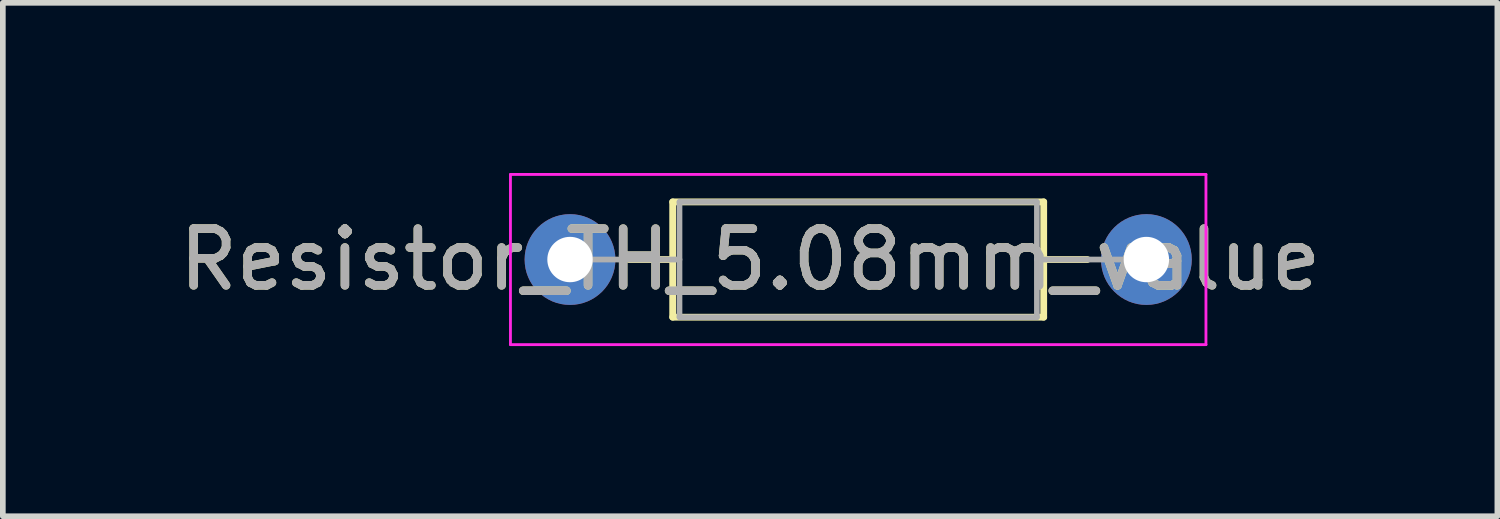
<source format=kicad_pcb>
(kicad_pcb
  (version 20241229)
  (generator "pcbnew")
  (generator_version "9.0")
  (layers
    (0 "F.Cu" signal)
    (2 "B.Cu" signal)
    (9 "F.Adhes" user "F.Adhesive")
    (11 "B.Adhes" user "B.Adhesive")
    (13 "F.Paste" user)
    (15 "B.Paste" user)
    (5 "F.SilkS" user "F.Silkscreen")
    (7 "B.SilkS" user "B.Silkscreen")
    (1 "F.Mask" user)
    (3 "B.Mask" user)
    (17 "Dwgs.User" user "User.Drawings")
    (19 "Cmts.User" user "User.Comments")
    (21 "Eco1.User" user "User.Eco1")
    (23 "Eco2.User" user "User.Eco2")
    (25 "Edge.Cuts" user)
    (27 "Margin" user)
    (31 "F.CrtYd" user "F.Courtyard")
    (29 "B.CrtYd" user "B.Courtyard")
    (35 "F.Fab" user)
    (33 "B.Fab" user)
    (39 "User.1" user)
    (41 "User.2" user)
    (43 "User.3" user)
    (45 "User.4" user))
  (footprint "Resistor_TH_5.08mm_value"
    (layer "F.Cu")
    (at 6.998 1.525)
    (property "Reference" "Resistor_TH_5.08mm_value" (at 3.175 0 0) (layer "F.SilkS") (effects (font (size 1 1) (thickness 0.15))))
    (attr through_hole)
    (fp_line (start 1.04 0) (end 1.81 0) (stroke (width 0.12) (type solid)) (layer "F.SilkS"))
    (fp_line (start 1.81 -1.016) (end 1.81 1.016) (stroke (width 0.12) (type solid)) (layer "F.SilkS"))
    (fp_line (start 1.81 1.016) (end 8.35 1.016) (stroke (width 0.12) (type solid)) (layer "F.SilkS"))
    (fp_line (start 8.35 -1.016) (end 1.81 -1.016) (stroke (width 0.12) (type solid)) (layer "F.SilkS"))
    (fp_line (start 8.35 1.016) (end 8.35 -1.016) (stroke (width 0.12) (type solid)) (layer "F.SilkS"))
    (fp_line (start 9.12 0) (end 8.35 0) (stroke (width 0.12) (type solid)) (layer "F.SilkS"))
    (fp_line (start -1.05 -1.5) (end -1.05 1.5) (stroke (width 0.05) (type solid)) (layer "F.CrtYd"))
    (fp_line (start -1.05 1.5) (end 11.21 1.5) (stroke (width 0.05) (type solid)) (layer "F.CrtYd"))
    (fp_line (start 11.21 -1.5) (end -1.05 -1.5) (stroke (width 0.05) (type solid)) (layer "F.CrtYd"))
    (fp_line (start 11.21 1.5) (end 11.21 -1.5) (stroke (width 0.05) (type solid)) (layer "F.CrtYd"))
    (fp_line (start 0 0) (end 1.93 0) (stroke (width 0.1) (type solid)) (layer "F.Fab"))
    (fp_line (start 1.93 -1.016) (end 1.93 1.016) (stroke (width 0.1) (type solid)) (layer "F.Fab"))
    (fp_line (start 1.93 1.016) (end 8.23 1.016) (stroke (width 0.1) (type solid)) (layer "F.Fab"))
    (fp_line (start 8.23 -1.016) (end 1.93 -1.016) (stroke (width 0.1) (type solid)) (layer "F.Fab"))
    (fp_line (start 8.23 1.016) (end 8.23 -1.016) (stroke (width 0.1) (type solid)) (layer "F.Fab"))
    (fp_line (start 10.16 0) (end 8.23 0) (stroke (width 0.1) (type solid)) (layer "F.Fab"))
    (fp_text user "${REFERENCE}" (at 3.175 0 0) (layer "F.Fab") (effects (font (size 1 1) (thickness 0.15))))
    (pad "1" thru_hole circle (at 0 0) (size 1.6 1.6) (drill 0.8) (layers "*.Cu" "*.Mask"))
    (pad "2" thru_hole oval (at 10.16 0) (size 1.6 1.6) (drill 0.8) (layers "*.Cu" "*.Mask")))
  (gr_rect
    (start -3 -3)
    (end 23.345 6.05)
    (stroke (width 0.1) (type default))
    (fill no)
    (layer "Edge.Cuts")))
</source>
